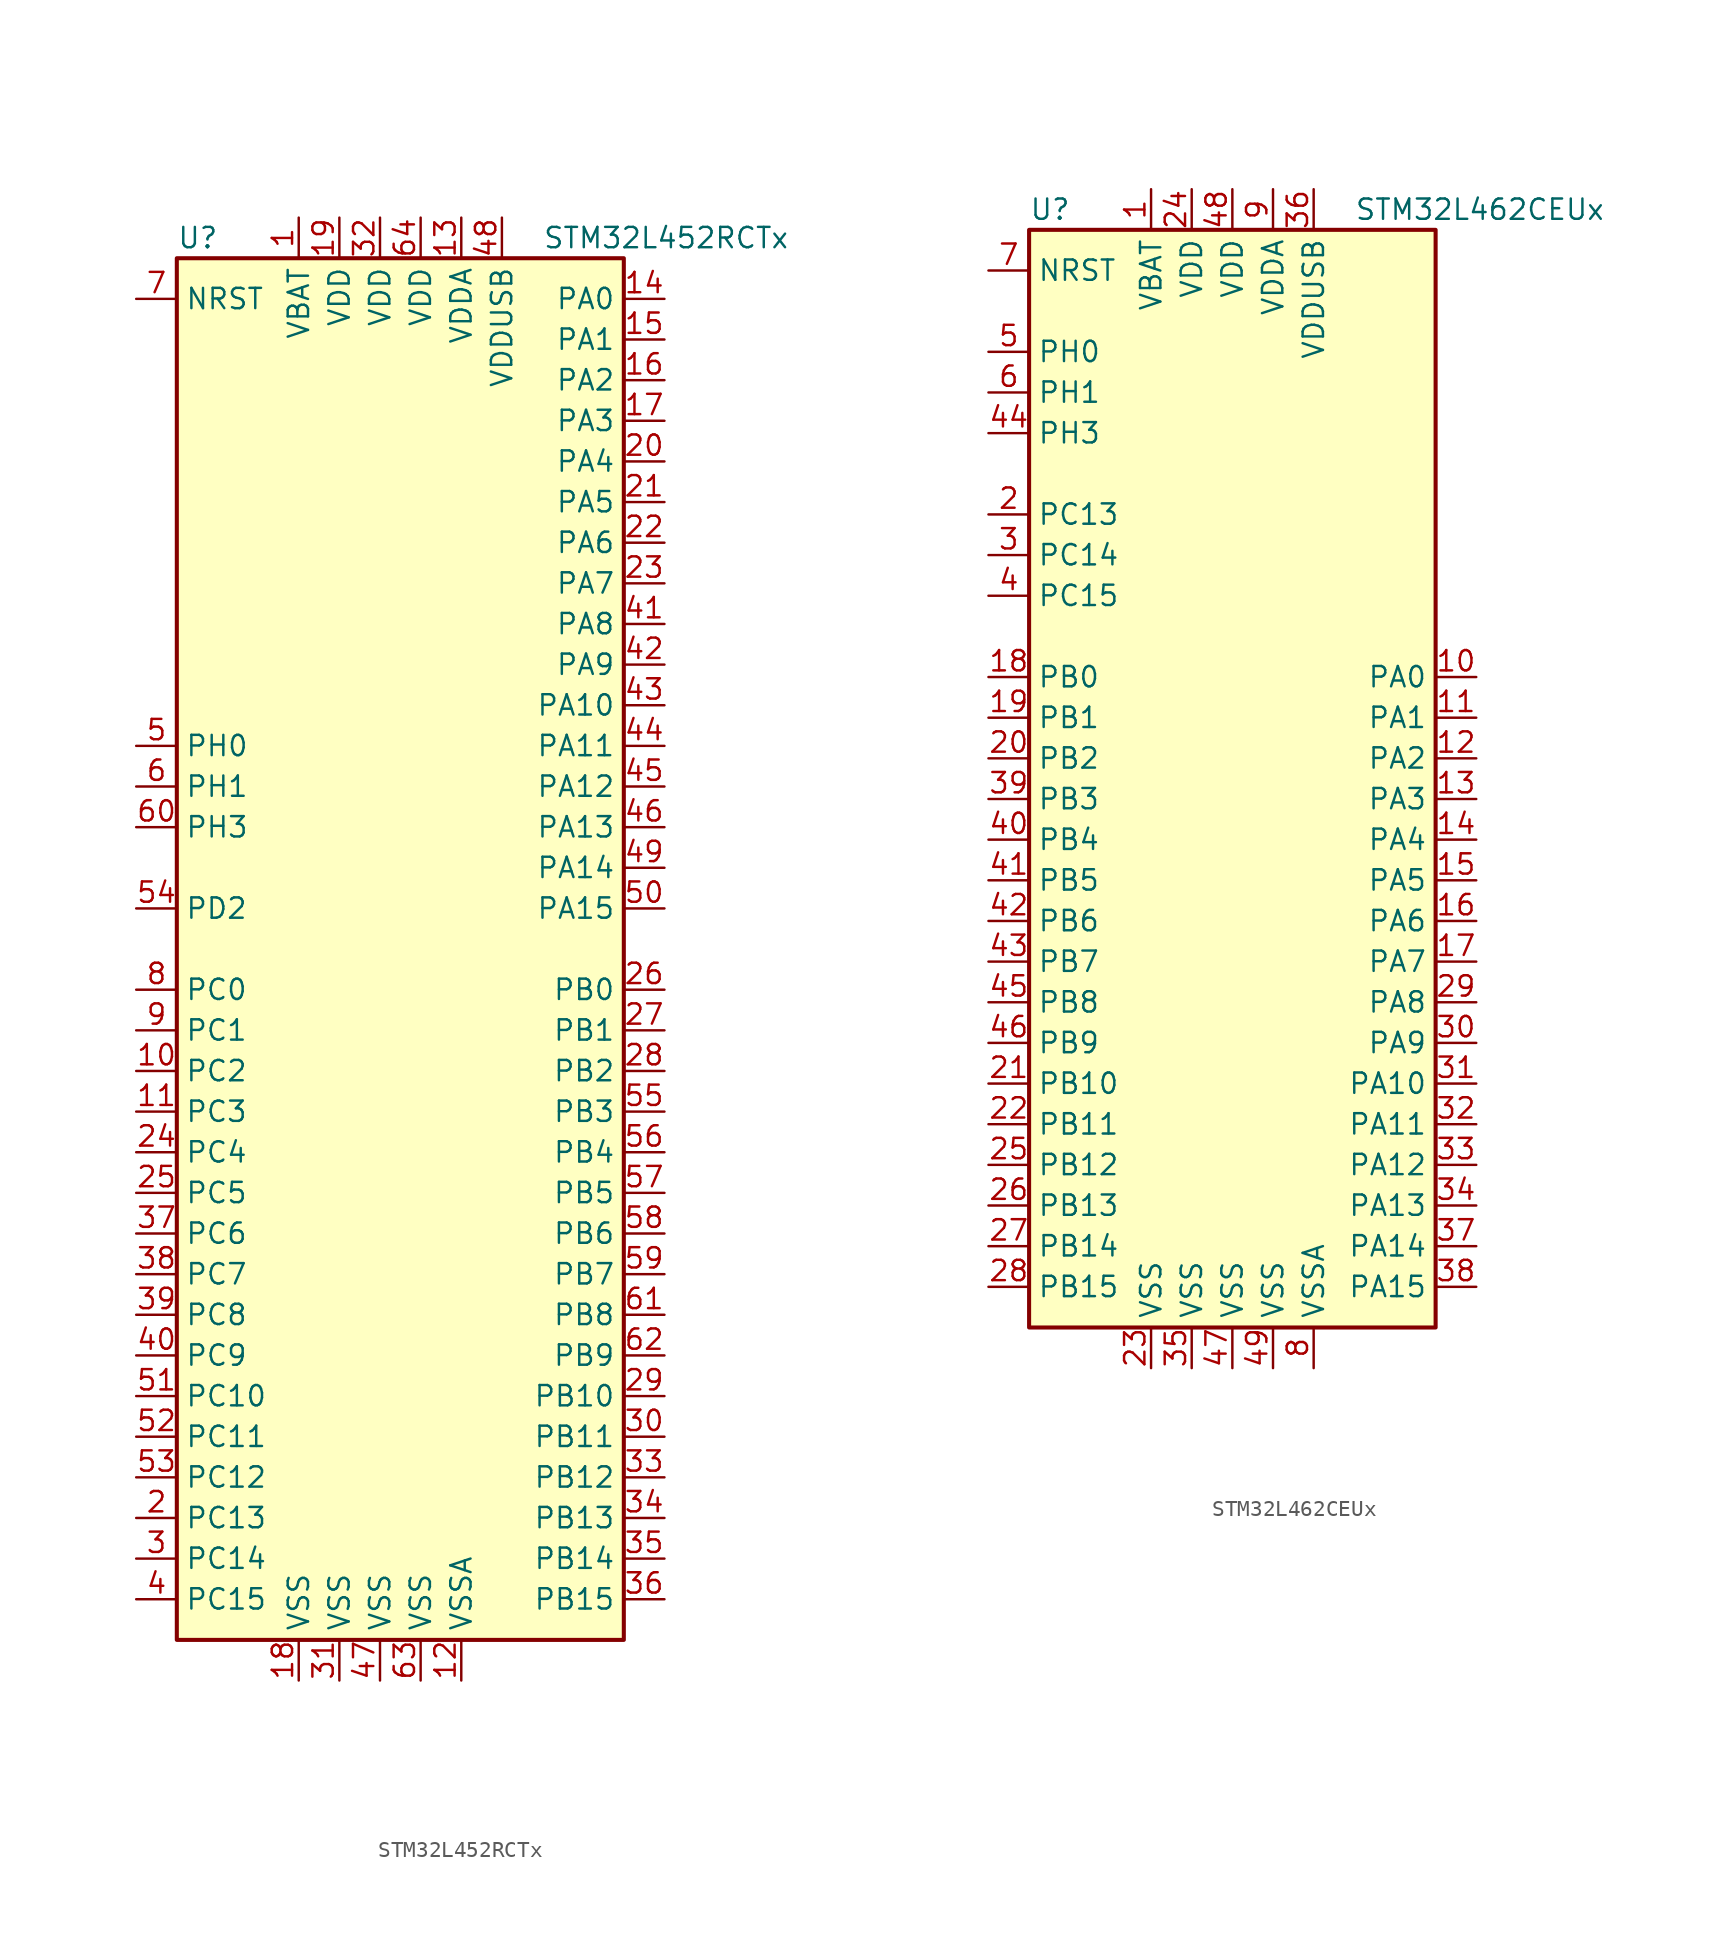
<source format=kicad_sym>
(kicad_symbol_lib
  (version 20211014)
  (generator kicad_symbol_editor)
  (symbol "STM32L452RCTx"
    (property "Reference" "U"
      (at -15.24 44.45 0)
      (effects (font (size 1.27 1.27)) (justify left)))
    (property "Value" "STM32L452RCTx"
      (at 7.62 44.45 0)
      (effects (font (size 1.27 1.27)) (justify left)))
    (symbol "STM32L452RCTx_0_1"
      (rectangle (start -15.24 -43.18) (end 12.7 43.18) (stroke (width 0.254) (type default) (color 0 0 0 0)) (fill (type background))))
    (symbol "STM32L452RCTx_1_1"
      (pin power_in line (at -7.62 45.72 270) (length 2.54) (name "VBAT" (effects (font (size 1.27 1.27)))) (number "1" (effects (font (size 1.27 1.27)))))
      (pin bidirectional line (at -17.78 -7.62 0) (length 2.54) (name "PC2" (effects (font (size 1.27 1.27)))) (number "10" (effects (font (size 1.27 1.27)))))
      (pin bidirectional line (at -17.78 -10.16 0) (length 2.54) (name "PC3" (effects (font (size 1.27 1.27)))) (number "11" (effects (font (size 1.27 1.27)))))
      (pin power_in line (at 2.54 -45.72 90) (length 2.54) (name "VSSA" (effects (font (size 1.27 1.27)))) (number "12" (effects (font (size 1.27 1.27)))))
      (pin power_in line (at 2.54 45.72 270) (length 2.54) (name "VDDA" (effects (font (size 1.27 1.27)))) (number "13" (effects (font (size 1.27 1.27)))))
      (pin bidirectional line (at 15.24 40.64 180) (length 2.54) (name "PA0" (effects (font (size 1.27 1.27)))) (number "14" (effects (font (size 1.27 1.27)))))
      (pin bidirectional line (at 15.24 38.1 180) (length 2.54) (name "PA1" (effects (font (size 1.27 1.27)))) (number "15" (effects (font (size 1.27 1.27)))))
      (pin bidirectional line (at 15.24 35.56 180) (length 2.54) (name "PA2" (effects (font (size 1.27 1.27)))) (number "16" (effects (font (size 1.27 1.27)))))
      (pin bidirectional line (at 15.24 33.02 180) (length 2.54) (name "PA3" (effects (font (size 1.27 1.27)))) (number "17" (effects (font (size 1.27 1.27)))))
      (pin power_in line (at -7.62 -45.72 90) (length 2.54) (name "VSS" (effects (font (size 1.27 1.27)))) (number "18" (effects (font (size 1.27 1.27)))))
      (pin power_in line (at -5.08 45.72 270) (length 2.54) (name "VDD" (effects (font (size 1.27 1.27)))) (number "19" (effects (font (size 1.27 1.27)))))
      (pin bidirectional line (at -17.78 -35.56 0) (length 2.54) (name "PC13" (effects (font (size 1.27 1.27)))) (number "2" (effects (font (size 1.27 1.27)))))
      (pin bidirectional line (at 15.24 30.48 180) (length 2.54) (name "PA4" (effects (font (size 1.27 1.27)))) (number "20" (effects (font (size 1.27 1.27)))))
      (pin bidirectional line (at 15.24 27.94 180) (length 2.54) (name "PA5" (effects (font (size 1.27 1.27)))) (number "21" (effects (font (size 1.27 1.27)))))
      (pin bidirectional line (at 15.24 25.4 180) (length 2.54) (name "PA6" (effects (font (size 1.27 1.27)))) (number "22" (effects (font (size 1.27 1.27)))))
      (pin bidirectional line (at 15.24 22.86 180) (length 2.54) (name "PA7" (effects (font (size 1.27 1.27)))) (number "23" (effects (font (size 1.27 1.27)))))
      (pin bidirectional line (at -17.78 -12.7 0) (length 2.54) (name "PC4" (effects (font (size 1.27 1.27)))) (number "24" (effects (font (size 1.27 1.27)))))
      (pin bidirectional line (at -17.78 -15.24 0) (length 2.54) (name "PC5" (effects (font (size 1.27 1.27)))) (number "25" (effects (font (size 1.27 1.27)))))
      (pin bidirectional line (at 15.24 -2.54 180) (length 2.54) (name "PB0" (effects (font (size 1.27 1.27)))) (number "26" (effects (font (size 1.27 1.27)))))
      (pin bidirectional line (at 15.24 -5.08 180) (length 2.54) (name "PB1" (effects (font (size 1.27 1.27)))) (number "27" (effects (font (size 1.27 1.27)))))
      (pin bidirectional line (at 15.24 -7.62 180) (length 2.54) (name "PB2" (effects (font (size 1.27 1.27)))) (number "28" (effects (font (size 1.27 1.27)))))
      (pin bidirectional line (at 15.24 -27.94 180) (length 2.54) (name "PB10" (effects (font (size 1.27 1.27)))) (number "29" (effects (font (size 1.27 1.27)))))
      (pin bidirectional line (at -17.78 -38.1 0) (length 2.54) (name "PC14" (effects (font (size 1.27 1.27)))) (number "3" (effects (font (size 1.27 1.27)))))
      (pin bidirectional line (at 15.24 -30.48 180) (length 2.54) (name "PB11" (effects (font (size 1.27 1.27)))) (number "30" (effects (font (size 1.27 1.27)))))
      (pin power_in line (at -5.08 -45.72 90) (length 2.54) (name "VSS" (effects (font (size 1.27 1.27)))) (number "31" (effects (font (size 1.27 1.27)))))
      (pin power_in line (at -2.54 45.72 270) (length 2.54) (name "VDD" (effects (font (size 1.27 1.27)))) (number "32" (effects (font (size 1.27 1.27)))))
      (pin bidirectional line (at 15.24 -33.02 180) (length 2.54) (name "PB12" (effects (font (size 1.27 1.27)))) (number "33" (effects (font (size 1.27 1.27)))))
      (pin bidirectional line (at 15.24 -35.56 180) (length 2.54) (name "PB13" (effects (font (size 1.27 1.27)))) (number "34" (effects (font (size 1.27 1.27)))))
      (pin bidirectional line (at 15.24 -38.1 180) (length 2.54) (name "PB14" (effects (font (size 1.27 1.27)))) (number "35" (effects (font (size 1.27 1.27)))))
      (pin bidirectional line (at 15.24 -40.64 180) (length 2.54) (name "PB15" (effects (font (size 1.27 1.27)))) (number "36" (effects (font (size 1.27 1.27)))))
      (pin bidirectional line (at -17.78 -17.78 0) (length 2.54) (name "PC6" (effects (font (size 1.27 1.27)))) (number "37" (effects (font (size 1.27 1.27)))))
      (pin bidirectional line (at -17.78 -20.32 0) (length 2.54) (name "PC7" (effects (font (size 1.27 1.27)))) (number "38" (effects (font (size 1.27 1.27)))))
      (pin bidirectional line (at -17.78 -22.86 0) (length 2.54) (name "PC8" (effects (font (size 1.27 1.27)))) (number "39" (effects (font (size 1.27 1.27)))))
      (pin bidirectional line (at -17.78 -40.64 0) (length 2.54) (name "PC15" (effects (font (size 1.27 1.27)))) (number "4" (effects (font (size 1.27 1.27)))))
      (pin bidirectional line (at -17.78 -25.4 0) (length 2.54) (name "PC9" (effects (font (size 1.27 1.27)))) (number "40" (effects (font (size 1.27 1.27)))))
      (pin bidirectional line (at 15.24 20.32 180) (length 2.54) (name "PA8" (effects (font (size 1.27 1.27)))) (number "41" (effects (font (size 1.27 1.27)))))
      (pin bidirectional line (at 15.24 17.78 180) (length 2.54) (name "PA9" (effects (font (size 1.27 1.27)))) (number "42" (effects (font (size 1.27 1.27)))))
      (pin bidirectional line (at 15.24 15.24 180) (length 2.54) (name "PA10" (effects (font (size 1.27 1.27)))) (number "43" (effects (font (size 1.27 1.27)))))
      (pin bidirectional line (at 15.24 12.7 180) (length 2.54) (name "PA11" (effects (font (size 1.27 1.27)))) (number "44" (effects (font (size 1.27 1.27)))))
      (pin bidirectional line (at 15.24 10.16 180) (length 2.54) (name "PA12" (effects (font (size 1.27 1.27)))) (number "45" (effects (font (size 1.27 1.27)))))
      (pin bidirectional line (at 15.24 7.62 180) (length 2.54) (name "PA13" (effects (font (size 1.27 1.27)))) (number "46" (effects (font (size 1.27 1.27)))))
      (pin power_in line (at -2.54 -45.72 90) (length 2.54) (name "VSS" (effects (font (size 1.27 1.27)))) (number "47" (effects (font (size 1.27 1.27)))))
      (pin power_in line (at 5.08 45.72 270) (length 2.54) (name "VDDUSB" (effects (font (size 1.27 1.27)))) (number "48" (effects (font (size 1.27 1.27)))))
      (pin bidirectional line (at 15.24 5.08 180) (length 2.54) (name "PA14" (effects (font (size 1.27 1.27)))) (number "49" (effects (font (size 1.27 1.27)))))
      (pin input line (at -17.78 12.7 0) (length 2.54) (name "PH0" (effects (font (size 1.27 1.27)))) (number "5" (effects (font (size 1.27 1.27)))))
      (pin bidirectional line (at 15.24 2.54 180) (length 2.54) (name "PA15" (effects (font (size 1.27 1.27)))) (number "50" (effects (font (size 1.27 1.27)))))
      (pin bidirectional line (at -17.78 -27.94 0) (length 2.54) (name "PC10" (effects (font (size 1.27 1.27)))) (number "51" (effects (font (size 1.27 1.27)))))
      (pin bidirectional line (at -17.78 -30.48 0) (length 2.54) (name "PC11" (effects (font (size 1.27 1.27)))) (number "52" (effects (font (size 1.27 1.27)))))
      (pin bidirectional line (at -17.78 -33.02 0) (length 2.54) (name "PC12" (effects (font (size 1.27 1.27)))) (number "53" (effects (font (size 1.27 1.27)))))
      (pin bidirectional line (at -17.78 2.54 0) (length 2.54) (name "PD2" (effects (font (size 1.27 1.27)))) (number "54" (effects (font (size 1.27 1.27)))))
      (pin bidirectional line (at 15.24 -10.16 180) (length 2.54) (name "PB3" (effects (font (size 1.27 1.27)))) (number "55" (effects (font (size 1.27 1.27)))))
      (pin bidirectional line (at 15.24 -12.7 180) (length 2.54) (name "PB4" (effects (font (size 1.27 1.27)))) (number "56" (effects (font (size 1.27 1.27)))))
      (pin bidirectional line (at 15.24 -15.24 180) (length 2.54) (name "PB5" (effects (font (size 1.27 1.27)))) (number "57" (effects (font (size 1.27 1.27)))))
      (pin bidirectional line (at 15.24 -17.78 180) (length 2.54) (name "PB6" (effects (font (size 1.27 1.27)))) (number "58" (effects (font (size 1.27 1.27)))))
      (pin bidirectional line (at 15.24 -20.32 180) (length 2.54) (name "PB7" (effects (font (size 1.27 1.27)))) (number "59" (effects (font (size 1.27 1.27)))))
      (pin input line (at -17.78 10.16 0) (length 2.54) (name "PH1" (effects (font (size 1.27 1.27)))) (number "6" (effects (font (size 1.27 1.27)))))
      (pin bidirectional line (at -17.78 7.62 0) (length 2.54) (name "PH3" (effects (font (size 1.27 1.27)))) (number "60" (effects (font (size 1.27 1.27)))))
      (pin bidirectional line (at 15.24 -22.86 180) (length 2.54) (name "PB8" (effects (font (size 1.27 1.27)))) (number "61" (effects (font (size 1.27 1.27)))))
      (pin bidirectional line (at 15.24 -25.4 180) (length 2.54) (name "PB9" (effects (font (size 1.27 1.27)))) (number "62" (effects (font (size 1.27 1.27)))))
      (pin power_in line (at 0 -45.72 90) (length 2.54) (name "VSS" (effects (font (size 1.27 1.27)))) (number "63" (effects (font (size 1.27 1.27)))))
      (pin power_in line (at 0 45.72 270) (length 2.54) (name "VDD" (effects (font (size 1.27 1.27)))) (number "64" (effects (font (size 1.27 1.27)))))
      (pin input line (at -17.78 40.64 0) (length 2.54) (name "NRST" (effects (font (size 1.27 1.27)))) (number "7" (effects (font (size 1.27 1.27)))))
      (pin bidirectional line (at -17.78 -2.54 0) (length 2.54) (name "PC0" (effects (font (size 1.27 1.27)))) (number "8" (effects (font (size 1.27 1.27)))))
      (pin bidirectional line (at -17.78 -5.08 0) (length 2.54) (name "PC1" (effects (font (size 1.27 1.27)))) (number "9" (effects (font (size 1.27 1.27)))))))
  (symbol "STM32L462CEUx"
    (property "Reference" "U"
      (at -12.7 34.29 0)
      (effects (font (size 1.27 1.27)) (justify left)))
    (property "Value" "STM32L462CEUx"
      (at 7.62 34.29 0)
      (effects (font (size 1.27 1.27)) (justify left)))
    (symbol "STM32L462CEUx_0_1"
      (rectangle (start -12.7 -35.56) (end 12.7 33.02) (stroke (width 0.254) (type default) (color 0 0 0 0)) (fill (type background))))
    (symbol "STM32L462CEUx_1_1"
      (pin power_in line (at -5.08 35.56 270) (length 2.54) (name "VBAT" (effects (font (size 1.27 1.27)))) (number "1" (effects (font (size 1.27 1.27)))))
      (pin bidirectional line (at 15.24 5.08 180) (length 2.54) (name "PA0" (effects (font (size 1.27 1.27)))) (number "10" (effects (font (size 1.27 1.27)))))
      (pin bidirectional line (at 15.24 2.54 180) (length 2.54) (name "PA1" (effects (font (size 1.27 1.27)))) (number "11" (effects (font (size 1.27 1.27)))))
      (pin bidirectional line (at 15.24 0 180) (length 2.54) (name "PA2" (effects (font (size 1.27 1.27)))) (number "12" (effects (font (size 1.27 1.27)))))
      (pin bidirectional line (at 15.24 -2.54 180) (length 2.54) (name "PA3" (effects (font (size 1.27 1.27)))) (number "13" (effects (font (size 1.27 1.27)))))
      (pin bidirectional line (at 15.24 -5.08 180) (length 2.54) (name "PA4" (effects (font (size 1.27 1.27)))) (number "14" (effects (font (size 1.27 1.27)))))
      (pin bidirectional line (at 15.24 -7.62 180) (length 2.54) (name "PA5" (effects (font (size 1.27 1.27)))) (number "15" (effects (font (size 1.27 1.27)))))
      (pin bidirectional line (at 15.24 -10.16 180) (length 2.54) (name "PA6" (effects (font (size 1.27 1.27)))) (number "16" (effects (font (size 1.27 1.27)))))
      (pin bidirectional line (at 15.24 -12.7 180) (length 2.54) (name "PA7" (effects (font (size 1.27 1.27)))) (number "17" (effects (font (size 1.27 1.27)))))
      (pin bidirectional line (at -15.24 5.08 0) (length 2.54) (name "PB0" (effects (font (size 1.27 1.27)))) (number "18" (effects (font (size 1.27 1.27)))))
      (pin bidirectional line (at -15.24 2.54 0) (length 2.54) (name "PB1" (effects (font (size 1.27 1.27)))) (number "19" (effects (font (size 1.27 1.27)))))
      (pin bidirectional line (at -15.24 15.24 0) (length 2.54) (name "PC13" (effects (font (size 1.27 1.27)))) (number "2" (effects (font (size 1.27 1.27)))))
      (pin bidirectional line (at -15.24 0 0) (length 2.54) (name "PB2" (effects (font (size 1.27 1.27)))) (number "20" (effects (font (size 1.27 1.27)))))
      (pin bidirectional line (at -15.24 -20.32 0) (length 2.54) (name "PB10" (effects (font (size 1.27 1.27)))) (number "21" (effects (font (size 1.27 1.27)))))
      (pin bidirectional line (at -15.24 -22.86 0) (length 2.54) (name "PB11" (effects (font (size 1.27 1.27)))) (number "22" (effects (font (size 1.27 1.27)))))
      (pin power_in line (at -5.08 -38.1 90) (length 2.54) (name "VSS" (effects (font (size 1.27 1.27)))) (number "23" (effects (font (size 1.27 1.27)))))
      (pin power_in line (at -2.54 35.56 270) (length 2.54) (name "VDD" (effects (font (size 1.27 1.27)))) (number "24" (effects (font (size 1.27 1.27)))))
      (pin bidirectional line (at -15.24 -25.4 0) (length 2.54) (name "PB12" (effects (font (size 1.27 1.27)))) (number "25" (effects (font (size 1.27 1.27)))))
      (pin bidirectional line (at -15.24 -27.94 0) (length 2.54) (name "PB13" (effects (font (size 1.27 1.27)))) (number "26" (effects (font (size 1.27 1.27)))))
      (pin bidirectional line (at -15.24 -30.48 0) (length 2.54) (name "PB14" (effects (font (size 1.27 1.27)))) (number "27" (effects (font (size 1.27 1.27)))))
      (pin bidirectional line (at -15.24 -33.02 0) (length 2.54) (name "PB15" (effects (font (size 1.27 1.27)))) (number "28" (effects (font (size 1.27 1.27)))))
      (pin bidirectional line (at 15.24 -15.24 180) (length 2.54) (name "PA8" (effects (font (size 1.27 1.27)))) (number "29" (effects (font (size 1.27 1.27)))))
      (pin bidirectional line (at -15.24 12.7 0) (length 2.54) (name "PC14" (effects (font (size 1.27 1.27)))) (number "3" (effects (font (size 1.27 1.27)))))
      (pin bidirectional line (at 15.24 -17.78 180) (length 2.54) (name "PA9" (effects (font (size 1.27 1.27)))) (number "30" (effects (font (size 1.27 1.27)))))
      (pin bidirectional line (at 15.24 -20.32 180) (length 2.54) (name "PA10" (effects (font (size 1.27 1.27)))) (number "31" (effects (font (size 1.27 1.27)))))
      (pin bidirectional line (at 15.24 -22.86 180) (length 2.54) (name "PA11" (effects (font (size 1.27 1.27)))) (number "32" (effects (font (size 1.27 1.27)))))
      (pin bidirectional line (at 15.24 -25.4 180) (length 2.54) (name "PA12" (effects (font (size 1.27 1.27)))) (number "33" (effects (font (size 1.27 1.27)))))
      (pin bidirectional line (at 15.24 -27.94 180) (length 2.54) (name "PA13" (effects (font (size 1.27 1.27)))) (number "34" (effects (font (size 1.27 1.27)))))
      (pin power_in line (at -2.54 -38.1 90) (length 2.54) (name "VSS" (effects (font (size 1.27 1.27)))) (number "35" (effects (font (size 1.27 1.27)))))
      (pin power_in line (at 5.08 35.56 270) (length 2.54) (name "VDDUSB" (effects (font (size 1.27 1.27)))) (number "36" (effects (font (size 1.27 1.27)))))
      (pin bidirectional line (at 15.24 -30.48 180) (length 2.54) (name "PA14" (effects (font (size 1.27 1.27)))) (number "37" (effects (font (size 1.27 1.27)))))
      (pin bidirectional line (at 15.24 -33.02 180) (length 2.54) (name "PA15" (effects (font (size 1.27 1.27)))) (number "38" (effects (font (size 1.27 1.27)))))
      (pin bidirectional line (at -15.24 -2.54 0) (length 2.54) (name "PB3" (effects (font (size 1.27 1.27)))) (number "39" (effects (font (size 1.27 1.27)))))
      (pin bidirectional line (at -15.24 10.16 0) (length 2.54) (name "PC15" (effects (font (size 1.27 1.27)))) (number "4" (effects (font (size 1.27 1.27)))))
      (pin bidirectional line (at -15.24 -5.08 0) (length 2.54) (name "PB4" (effects (font (size 1.27 1.27)))) (number "40" (effects (font (size 1.27 1.27)))))
      (pin bidirectional line (at -15.24 -7.62 0) (length 2.54) (name "PB5" (effects (font (size 1.27 1.27)))) (number "41" (effects (font (size 1.27 1.27)))))
      (pin bidirectional line (at -15.24 -10.16 0) (length 2.54) (name "PB6" (effects (font (size 1.27 1.27)))) (number "42" (effects (font (size 1.27 1.27)))))
      (pin bidirectional line (at -15.24 -12.7 0) (length 2.54) (name "PB7" (effects (font (size 1.27 1.27)))) (number "43" (effects (font (size 1.27 1.27)))))
      (pin bidirectional line (at -15.24 20.32 0) (length 2.54) (name "PH3" (effects (font (size 1.27 1.27)))) (number "44" (effects (font (size 1.27 1.27)))))
      (pin bidirectional line (at -15.24 -15.24 0) (length 2.54) (name "PB8" (effects (font (size 1.27 1.27)))) (number "45" (effects (font (size 1.27 1.27)))))
      (pin bidirectional line (at -15.24 -17.78 0) (length 2.54) (name "PB9" (effects (font (size 1.27 1.27)))) (number "46" (effects (font (size 1.27 1.27)))))
      (pin power_in line (at 0 -38.1 90) (length 2.54) (name "VSS" (effects (font (size 1.27 1.27)))) (number "47" (effects (font (size 1.27 1.27)))))
      (pin power_in line (at 0 35.56 270) (length 2.54) (name "VDD" (effects (font (size 1.27 1.27)))) (number "48" (effects (font (size 1.27 1.27)))))
      (pin power_in line (at 2.54 -38.1 90) (length 2.54) (name "VSS" (effects (font (size 1.27 1.27)))) (number "49" (effects (font (size 1.27 1.27)))))
      (pin input line (at -15.24 25.4 0) (length 2.54) (name "PH0" (effects (font (size 1.27 1.27)))) (number "5" (effects (font (size 1.27 1.27)))))
      (pin input line (at -15.24 22.86 0) (length 2.54) (name "PH1" (effects (font (size 1.27 1.27)))) (number "6" (effects (font (size 1.27 1.27)))))
      (pin input line (at -15.24 30.48 0) (length 2.54) (name "NRST" (effects (font (size 1.27 1.27)))) (number "7" (effects (font (size 1.27 1.27)))))
      (pin power_in line (at 5.08 -38.1 90) (length 2.54) (name "VSSA" (effects (font (size 1.27 1.27)))) (number "8" (effects (font (size 1.27 1.27)))))
      (pin power_in line (at 2.54 35.56 270) (length 2.54) (name "VDDA" (effects (font (size 1.27 1.27)))) (number "9" (effects (font (size 1.27 1.27))))))))
</source>
